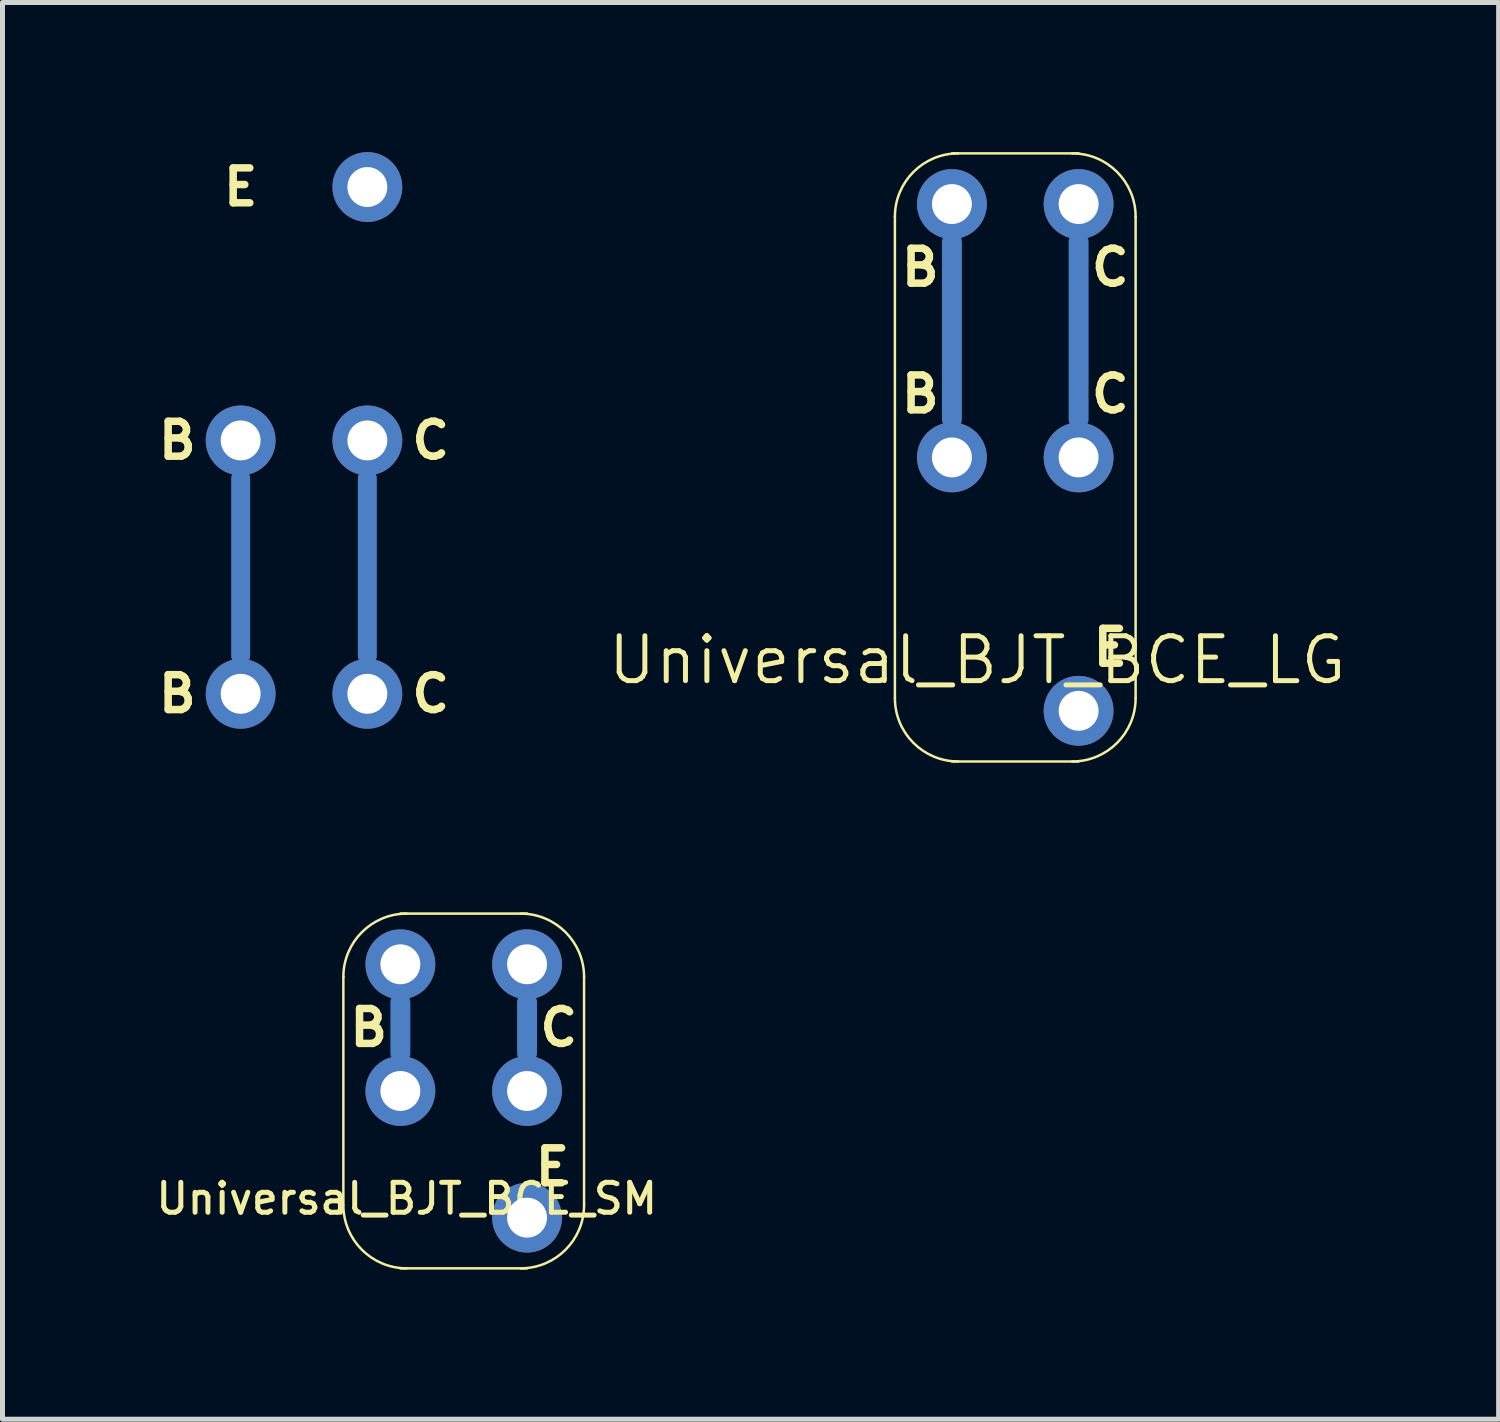
<source format=kicad_pcb>
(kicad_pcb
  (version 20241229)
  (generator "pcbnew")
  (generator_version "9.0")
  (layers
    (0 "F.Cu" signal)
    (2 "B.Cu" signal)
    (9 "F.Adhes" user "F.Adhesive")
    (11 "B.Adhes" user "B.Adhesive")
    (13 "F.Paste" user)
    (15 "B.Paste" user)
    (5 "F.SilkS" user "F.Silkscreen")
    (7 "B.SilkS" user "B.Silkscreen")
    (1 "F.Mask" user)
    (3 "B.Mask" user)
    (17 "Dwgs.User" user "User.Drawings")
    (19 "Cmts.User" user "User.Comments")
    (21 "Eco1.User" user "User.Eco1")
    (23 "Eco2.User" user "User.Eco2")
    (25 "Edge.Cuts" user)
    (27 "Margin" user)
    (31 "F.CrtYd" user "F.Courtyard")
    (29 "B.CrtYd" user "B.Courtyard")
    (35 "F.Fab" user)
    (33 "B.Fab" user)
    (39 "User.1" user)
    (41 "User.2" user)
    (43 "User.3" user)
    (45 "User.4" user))
  (footprint "TH_Via"
    (layer "F.Cu")
    (at 4.315 0.7)
    (property "Reference" "TH_Via" (at 0 0 0) (layer "Cmts.User") (effects (font (size 0.127 0.127) (thickness 0.032))))
    (attr through_hole)
    (fp_line (start -2.54 5.842) (end -2.54 9.398) (stroke (width 0.381) (type solid)) (layer "B.Cu"))
    (fp_line (start 0 5.842) (end 0 9.398) (stroke (width 0.381) (type solid)) (layer "B.Cu"))
    (fp_text user "E" (at -2.54 0 0) (layer "F.SilkS") (effects (font (size 0.7 0.7) (thickness 0.15))))
    (fp_text user "B" (at -3.81 10.16 0) (layer "F.SilkS") (effects (font (size 0.7 0.7) (thickness 0.15))))
    (fp_text user "B" (at -3.81 5.08 0) (layer "F.SilkS") (effects (font (size 0.7 0.7) (thickness 0.15))))
    (fp_text user "C" (at 1.27 5.08 0) (layer "F.SilkS") (effects (font (size 0.7 0.7) (thickness 0.15))))
    (fp_text user "C" (at 1.27 10.16 0) (layer "F.SilkS") (effects (font (size 0.7 0.7) (thickness 0.15))))
    (pad "B" thru_hole circle (at -2.54 5.08) (size 1.4 1.4) (drill 0.8) (layers "*.Cu"))
    (pad "B" thru_hole circle (at -2.54 10.16) (size 1.4 1.4) (drill 0.8) (layers "*.Cu"))
    (pad "C" thru_hole circle (at 0 5.08) (size 1.4 1.4) (drill 0.8) (layers "*.Cu"))
    (pad "C" thru_hole circle (at 0 10.16) (size 1.4 1.4) (drill 0.8) (layers "*.Cu"))
    (pad "E" thru_hole circle (at 0 0) (size 1.4 1.4) (drill 0.8) (layers "*.Cu")))
  (footprint "Universal_BJT_BCE_LG"
    (layer "F.Cu")
    (at 16.035 6.121)
    (property "Reference" "Universal_BJT_BCE_LG" (at 0.508 4.064 0) (layer "F.SilkS") (effects (font (size 0.9 0.9) (thickness 0.1))))
    (attr through_hole)
    (fp_line (start 0 -0.762) (end 0 -4.318) (stroke (width 0.4) (type solid)) (layer "B.Cu"))
    (fp_line (start 2.54 -0.762) (end 2.54 -4.318) (stroke (width 0.4) (type solid)) (layer "B.Cu"))
    (fp_line (start -1.143 4.826) (end -1.143 -4.826) (stroke (width 0.05) (type solid)) (layer "F.SilkS"))
    (fp_line (start 0 -6.096) (end 2.54 -6.096) (stroke (width 0.05) (type solid)) (layer "F.SilkS"))
    (fp_line (start 0 6.096) (end 2.54 6.096) (stroke (width 0.05) (type solid)) (layer "F.SilkS"))
    (fp_line (start 3.683 -4.826) (end 3.683 4.826) (stroke (width 0.05) (type solid)) (layer "F.SilkS"))
    (fp_arc (start -1.143 -4.826) (mid -0.771026 -5.724026) (end 0.127 -6.096) (stroke (width 0.05) (type solid)) (layer "F.SilkS"))
    (fp_arc (start 0.127 6.096) (mid -0.771026 5.724026) (end -1.143 4.826) (stroke (width 0.05) (type solid)) (layer "F.SilkS"))
    (fp_arc (start 2.413 -6.096) (mid 3.311026 -5.724026) (end 3.683 -4.826) (stroke (width 0.05) (type solid)) (layer "F.SilkS"))
    (fp_arc (start 3.683 4.826) (mid 3.311026 5.724026) (end 2.413 6.096) (stroke (width 0.05) (type solid)) (layer "F.SilkS"))
    (fp_text user "B" (at -0.635 -3.81 180) (layer "F.SilkS") (effects (font (size 0.7 0.7) (thickness 0.15))))
    (fp_text user "C" (at 3.175 -3.81 180) (layer "F.SilkS") (effects (font (size 0.7 0.7) (thickness 0.15))))
    (fp_text user "B" (at -0.635 -1.27 180) (layer "F.SilkS") (effects (font (size 0.7 0.7) (thickness 0.15))))
    (fp_text user "C" (at 3.175 -1.27 180) (layer "F.SilkS") (effects (font (size 0.7 0.7) (thickness 0.15))))
    (fp_text user "E" (at 3.175 3.81 180) (layer "F.SilkS") (effects (font (size 0.7 0.7) (thickness 0.15))))
    (pad "1" thru_hole circle (at 0 -5.08 180) (size 1.4 1.4) (drill 0.8) (layers "*.Cu"))
    (pad "1" thru_hole circle (at 0 0 180) (size 1.4 1.4) (drill 0.8) (layers "*.Cu"))
    (pad "2" thru_hole circle (at 2.54 -5.08 180) (size 1.4 1.4) (drill 0.8) (layers "*.Cu"))
    (pad "2" thru_hole circle (at 2.54 0 180) (size 1.4 1.4) (drill 0.8) (layers "*.Cu"))
    (pad "3" thru_hole circle (at 2.54 5.08 180) (size 1.4 1.4) (drill 0.8) (layers "*.Cu")))
  (footprint "Universal_BJT_BCE_SM"
    (layer "F.Cu")
    (at 4.977 18.823)
    (property "Reference" "Universal_BJT_BCE_SM" (at 0.127 2.159 0) (layer "F.SilkS") (effects (font (size 0.6 0.6) (thickness 0.1))))
    (attr through_hole)
    (fp_line (start 0 -0.762) (end 0 -1.778) (stroke (width 0.4) (type solid)) (layer "B.Cu"))
    (fp_line (start 2.54 -0.762) (end 2.54 -1.778) (stroke (width 0.4) (type solid)) (layer "B.Cu"))
    (fp_line (start -1.143 2.286) (end -1.143 -2.286) (stroke (width 0.05) (type solid)) (layer "F.SilkS"))
    (fp_line (start 0 -3.556) (end 2.54 -3.556) (stroke (width 0.05) (type solid)) (layer "F.SilkS"))
    (fp_line (start 0 3.556) (end 2.54 3.556) (stroke (width 0.05) (type solid)) (layer "F.SilkS"))
    (fp_line (start 3.683 2.286) (end 3.683 -2.286) (stroke (width 0.05) (type solid)) (layer "F.SilkS"))
    (fp_arc (start -1.143 -2.286) (mid -0.771026 -3.184026) (end 0.127 -3.556) (stroke (width 0.05) (type solid)) (layer "F.SilkS"))
    (fp_arc (start 0.127 3.556) (mid -0.771026 3.184026) (end -1.143 2.286) (stroke (width 0.05) (type solid)) (layer "F.SilkS"))
    (fp_arc (start 2.413 -3.556) (mid 3.311026 -3.184026) (end 3.683 -2.286) (stroke (width 0.05) (type solid)) (layer "F.SilkS"))
    (fp_arc (start 3.683 2.286) (mid 3.311026 3.184026) (end 2.413 3.556) (stroke (width 0.05) (type solid)) (layer "F.SilkS"))
    (fp_text user "B" (at -0.635 -1.27 180) (layer "F.SilkS") (effects (font (size 0.7 0.7) (thickness 0.15))))
    (fp_text user "C" (at 3.175 -1.27 180) (layer "F.SilkS") (effects (font (size 0.7 0.7) (thickness 0.15))))
    (fp_text user "E" (at 3.048 1.524 180) (layer "F.SilkS") (effects (font (size 0.7 0.7) (thickness 0.15))))
    (pad "1" thru_hole circle (at 0 -2.54 180) (size 1.4 1.4) (drill 0.8) (layers "*.Cu"))
    (pad "1" thru_hole circle (at 0 0 180) (size 1.4 1.4) (drill 0.8) (layers "*.Cu"))
    (pad "2" thru_hole circle (at 2.54 -2.54 180) (size 1.4 1.4) (drill 0.8) (layers "*.Cu"))
    (pad "2" thru_hole circle (at 2.54 0 180) (size 1.4 1.4) (drill 0.8) (layers "*.Cu"))
    (pad "3" thru_hole circle (at 2.54 2.54 180) (size 1.4 1.4) (drill 0.8) (layers "*.Cu")))
  (gr_rect
    (start -3 -3)
    (end 26.996 25.404)
    (stroke (width 0.1) (type default))
    (fill no)
    (layer "Edge.Cuts")))
</source>
